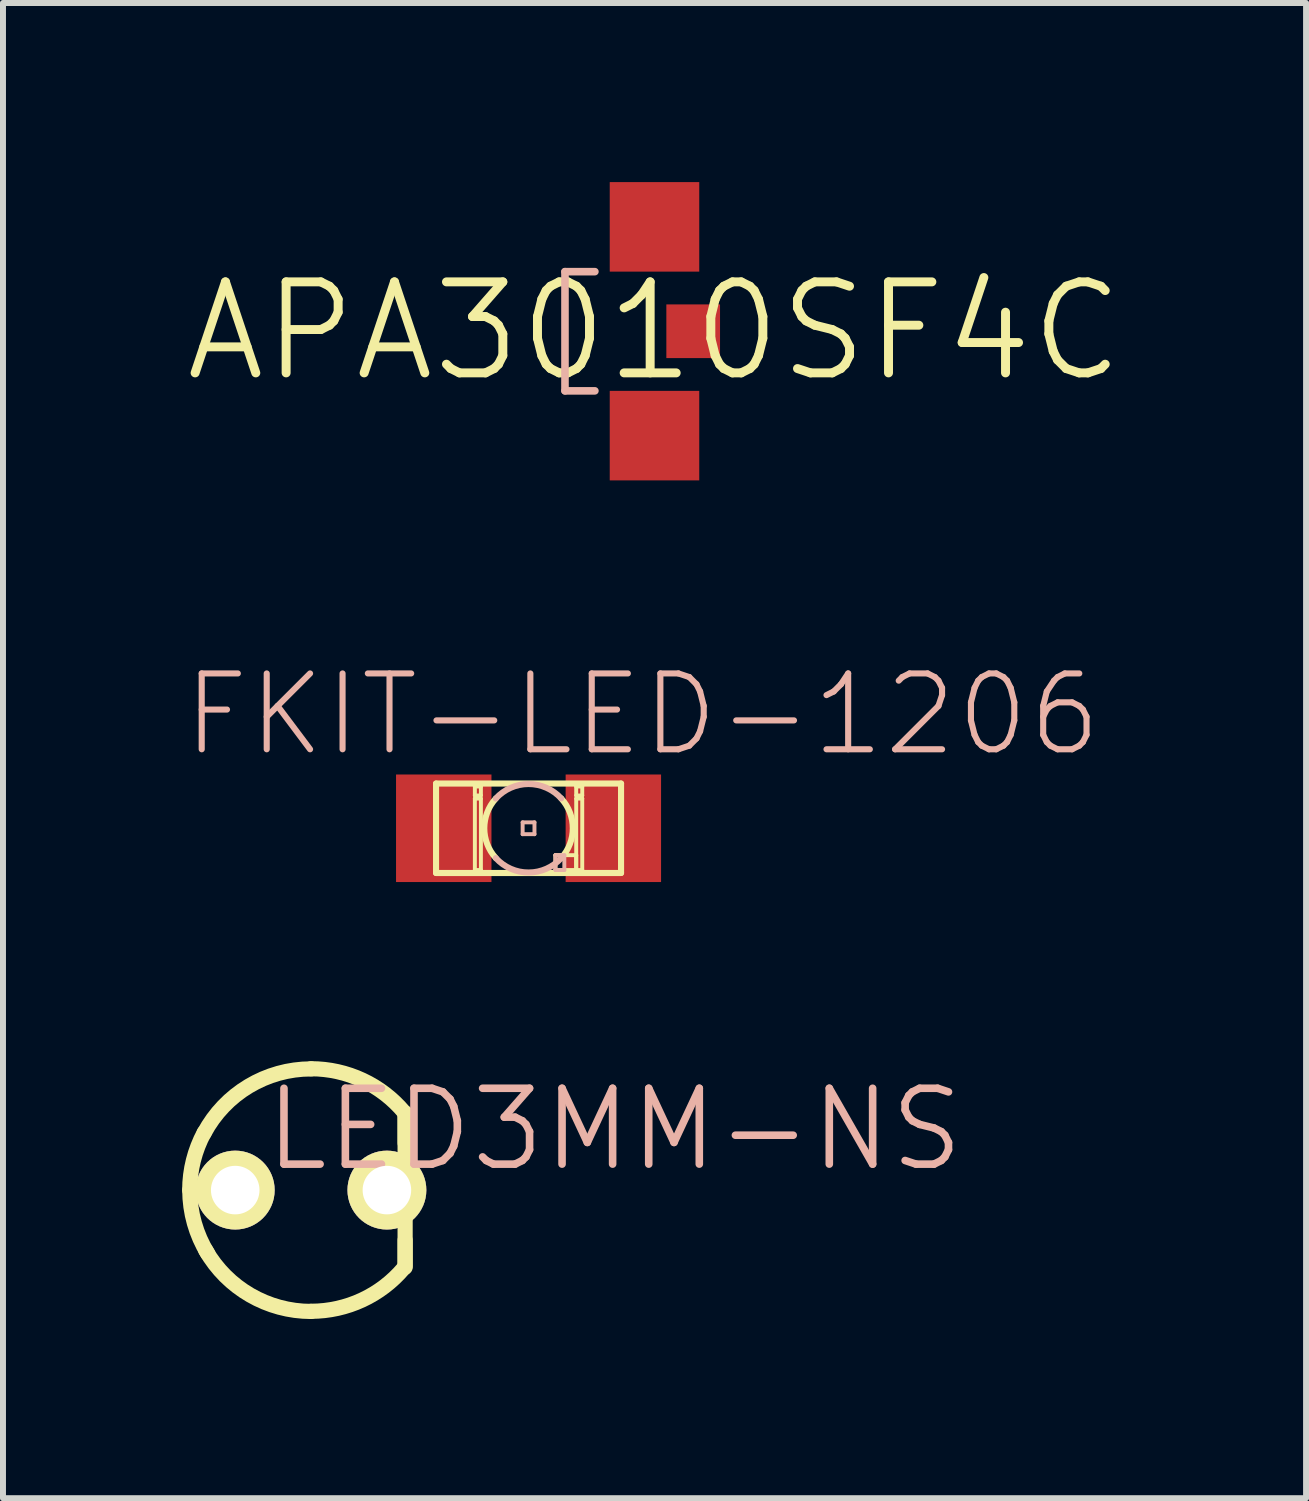
<source format=kicad_pcb>
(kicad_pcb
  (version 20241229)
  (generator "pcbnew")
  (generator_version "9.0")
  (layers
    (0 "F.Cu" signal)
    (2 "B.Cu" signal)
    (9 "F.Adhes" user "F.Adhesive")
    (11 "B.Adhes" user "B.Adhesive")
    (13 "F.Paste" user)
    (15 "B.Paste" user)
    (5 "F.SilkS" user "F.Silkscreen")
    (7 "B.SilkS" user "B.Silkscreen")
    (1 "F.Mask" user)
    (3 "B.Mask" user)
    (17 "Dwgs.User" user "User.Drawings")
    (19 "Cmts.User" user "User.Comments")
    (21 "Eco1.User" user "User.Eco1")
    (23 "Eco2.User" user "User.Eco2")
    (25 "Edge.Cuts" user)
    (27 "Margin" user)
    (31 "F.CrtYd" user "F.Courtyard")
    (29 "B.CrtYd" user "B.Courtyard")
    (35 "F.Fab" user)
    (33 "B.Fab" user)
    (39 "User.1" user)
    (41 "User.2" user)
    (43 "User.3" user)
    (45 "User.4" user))
  (footprint "FKIT-LED-1206"
    (layer "F.Cu")
    (at 5.801 10.82)
    (property "Reference" "FKIT-LED-1206" (at 1.905 -1.905 0) (layer "B.SilkS") (effects (font (size 1.27 1.27) (thickness 0.102))))
    (attr smd)
    (fp_line (start -1.549 -0.749) (end 1.549 -0.749) (stroke (width 0.102) (type solid)) (layer "F.SilkS"))
    (fp_line (start -1.549 0.749) (end -1.549 -0.749) (stroke (width 0.102) (type solid)) (layer "F.SilkS"))
    (fp_line (start -0.899 -0.699) (end -0.798 -0.699) (stroke (width 0.066) (type solid)) (layer "F.SilkS"))
    (fp_line (start -0.899 -0.549) (end -0.899 -0.699) (stroke (width 0.066) (type solid)) (layer "F.SilkS"))
    (fp_line (start -0.899 -0.549) (end -0.798 -0.549) (stroke (width 0.066) (type solid)) (layer "F.SilkS"))
    (fp_line (start -0.899 -0.498) (end -0.798 -0.498) (stroke (width 0.066) (type solid)) (layer "F.SilkS"))
    (fp_line (start -0.899 0.699) (end -0.899 -0.498) (stroke (width 0.066) (type solid)) (layer "F.SilkS"))
    (fp_line (start -0.899 0.699) (end -0.798 0.699) (stroke (width 0.066) (type solid)) (layer "F.SilkS"))
    (fp_line (start -0.798 -0.549) (end -0.798 -0.699) (stroke (width 0.066) (type solid)) (layer "F.SilkS"))
    (fp_line (start -0.798 0.699) (end -0.798 -0.498) (stroke (width 0.066) (type solid)) (layer "F.SilkS"))
    (fp_line (start 0.45 0.45) (end 0.798 0.45) (stroke (width 0.066) (type solid)) (layer "F.SilkS"))
    (fp_line (start 0.45 0.699) (end 0.45 0.45) (stroke (width 0.066) (type solid)) (layer "F.SilkS"))
    (fp_line (start 0.45 0.699) (end 0.798 0.699) (stroke (width 0.066) (type solid)) (layer "F.SilkS"))
    (fp_line (start 0.798 -0.699) (end 0.899 -0.699) (stroke (width 0.066) (type solid)) (layer "F.SilkS"))
    (fp_line (start 0.798 -0.549) (end 0.798 -0.699) (stroke (width 0.066) (type solid)) (layer "F.SilkS"))
    (fp_line (start 0.798 -0.549) (end 0.899 -0.549) (stroke (width 0.066) (type solid)) (layer "F.SilkS"))
    (fp_line (start 0.798 -0.498) (end 0.899 -0.498) (stroke (width 0.066) (type solid)) (layer "F.SilkS"))
    (fp_line (start 0.798 0.699) (end 0.798 -0.498) (stroke (width 0.066) (type solid)) (layer "F.SilkS"))
    (fp_line (start 0.798 0.699) (end 0.798 0.45) (stroke (width 0.066) (type solid)) (layer "F.SilkS"))
    (fp_line (start 0.798 0.699) (end 0.899 0.699) (stroke (width 0.066) (type solid)) (layer "F.SilkS"))
    (fp_line (start 0.899 -0.549) (end 0.899 -0.699) (stroke (width 0.066) (type solid)) (layer "F.SilkS"))
    (fp_line (start 0.899 0.699) (end 0.899 -0.498) (stroke (width 0.066) (type solid)) (layer "F.SilkS"))
    (fp_line (start 1.549 -0.749) (end 1.549 0.749) (stroke (width 0.102) (type solid)) (layer "F.SilkS"))
    (fp_line (start 1.549 0.749) (end -1.549 0.749) (stroke (width 0.102) (type solid)) (layer "F.SilkS"))
    (fp_arc (start -0.54864 0.49784) (mid -0.740844 -0.000377) (end -0.548133 -0.498398) (stroke (width 0.1016) (type solid)) (layer "F.SilkS"))
    (fp_arc (start 0.54864 -0.49784) (mid 0.740844 0.000377) (end 0.548133 0.498398) (stroke (width 0.1016) (type solid)) (layer "F.SilkS"))
    (fp_line (start -0.099 -0.099) (end 0.099 -0.099) (stroke (width 0.066) (type solid)) (layer "B.SilkS"))
    (fp_line (start -0.099 0.099) (end -0.099 -0.099) (stroke (width 0.066) (type solid)) (layer "B.SilkS"))
    (fp_line (start -0.099 0.099) (end 0.099 0.099) (stroke (width 0.066) (type solid)) (layer "B.SilkS"))
    (fp_line (start 0.099 0.099) (end 0.099 -0.099) (stroke (width 0.066) (type solid)) (layer "B.SilkS"))
    (fp_line (start 0.45 0.45) (end 0.599 0.45) (stroke (width 0.066) (type solid)) (layer "B.SilkS"))
    (fp_line (start 0.45 0.699) (end 0.45 0.45) (stroke (width 0.066) (type solid)) (layer "B.SilkS"))
    (fp_line (start 0.45 0.699) (end 0.599 0.699) (stroke (width 0.066) (type solid)) (layer "B.SilkS"))
    (fp_line (start 0.599 0.699) (end 0.599 0.45) (stroke (width 0.066) (type solid)) (layer "B.SilkS"))
    (fp_arc (start -0.54864 -0.49784) (mid -0.001024 -0.740844) (end 0.547262 -0.499354) (stroke (width 0.1016) (type solid)) (layer "B.SilkS"))
    (fp_arc (start 0.54864 0.49784) (mid 0.001024 0.740844) (end -0.547262 0.499354) (stroke (width 0.1016) (type solid)) (layer "B.SilkS"))
    (pad "A" smd rect (at -1.42 0) (size 1.598 1.801) (layers "F.Cu" "F.Mask" "F.Paste"))
    (pad "C" smd rect (at 1.42 0) (size 1.598 1.801) (layers "F.Cu" "F.Mask" "F.Paste")))
  (footprint "LED3MM-NS"
    (layer "F.Cu")
    (at 2.159 16.879)
    (property "Reference" "LED3MM-NS" (at 5.08 -1.016 0) (layer "B.SilkS") (effects (font (size 1.27 1.27) (thickness 0.127))))
    (attr exclude_from_pos_files exclude_from_bom)
    (fp_line (start 1.575 -1.293) (end 1.575 -0.787) (stroke (width 0.254) (type solid)) (layer "F.SilkS"))
    (fp_line (start 1.575 1.27) (end 1.575 -1.27) (stroke (width 0.254) (type solid)) (layer "F.SilkS"))
    (fp_line (start 1.575 1.293) (end 1.575 0.838) (stroke (width 0.254) (type solid)) (layer "F.SilkS"))
    (fp_arc (start -2.032 0) (mid -1.970347 -0.496745) (end -1.78913 -0.963347) (stroke (width 0.254) (type solid)) (layer "F.SilkS"))
    (fp_arc (start -1.7907 -0.95504) (mid -1.044567 -1.739997) (end -0.000975 -2.02946) (stroke (width 0.254) (type solid)) (layer "F.SilkS"))
    (fp_arc (start -1.72974 1.06426) (mid -1.954164 0.553076) (end -2.030923 0.0001) (stroke (width 0.254) (type solid)) (layer "F.SilkS"))
    (fp_arc (start 0 -2.032) (mid 0.860367 -1.840867) (end 1.55888 -1.303426) (stroke (width 0.254) (type solid)) (layer "F.SilkS"))
    (fp_arc (start 0 2.032) (mid -1.01907 1.757988) (end -1.763299 1.009851) (stroke (width 0.254) (type solid)) (layer "F.SilkS"))
    (fp_arc (start 1.5494 1.31064) (mid 0.855154 1.840416) (end 0.002552 2.029387) (stroke (width 0.254) (type solid)) (layer "F.SilkS"))
    (pad "A" thru_hole circle (at -1.27 0) (size 1.321 1.321) (drill 0.813) (layers "*.Cu" "F.Mask" "F.SilkS" "F.Paste"))
    (pad "K" thru_hole circle (at 1.27 0) (size 1.321 1.321) (drill 0.813) (layers "*.Cu" "F.Mask" "F.SilkS" "F.Paste")))
  (footprint "APA3010SF4C"
    (layer "F.Cu")
    (at 7.91 2.497)
    (property "Reference" "APA3010SF4C" (at 0 0 0) (layer "F.SilkS") (effects (font (size 1.524 1.524) (thickness 0.15))))
    (attr smd)
    (fp_line (start -1.499 -0.998) (end -1.499 0.998) (stroke (width 0.127) (type solid)) (layer "B.SilkS"))
    (fp_line (start -1.499 0.998) (end -0.998 0.998) (stroke (width 0.127) (type solid)) (layer "B.SilkS"))
    (fp_line (start -0.998 -0.998) (end -1.499 -0.998) (stroke (width 0.127) (type solid)) (layer "B.SilkS"))
    (pad "1" smd rect (at 0 1.748) (size 1.499 1.499) (layers "F.Cu" "F.Mask" "F.Paste"))
    (pad "2" smd rect (at 0 -1.748) (size 1.499 1.499) (layers "F.Cu" "F.Mask" "F.Paste"))
    (pad "3" smd rect (at 0.648 0) (size 0.899 0.899) (layers "F.Cu" "F.Mask" "F.Paste")))
  (gr_rect
    (start -3 -3)
    (end 18.821 22.038)
    (stroke (width 0.1) (type default))
    (fill no)
    (layer "Edge.Cuts")))
</source>
